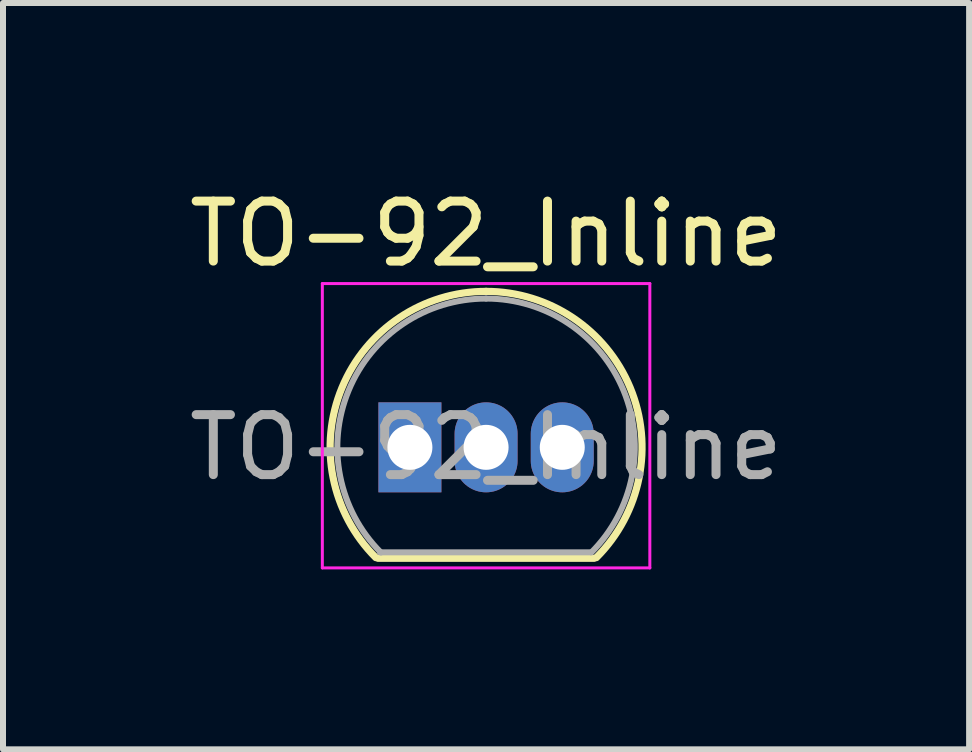
<source format=kicad_pcb>
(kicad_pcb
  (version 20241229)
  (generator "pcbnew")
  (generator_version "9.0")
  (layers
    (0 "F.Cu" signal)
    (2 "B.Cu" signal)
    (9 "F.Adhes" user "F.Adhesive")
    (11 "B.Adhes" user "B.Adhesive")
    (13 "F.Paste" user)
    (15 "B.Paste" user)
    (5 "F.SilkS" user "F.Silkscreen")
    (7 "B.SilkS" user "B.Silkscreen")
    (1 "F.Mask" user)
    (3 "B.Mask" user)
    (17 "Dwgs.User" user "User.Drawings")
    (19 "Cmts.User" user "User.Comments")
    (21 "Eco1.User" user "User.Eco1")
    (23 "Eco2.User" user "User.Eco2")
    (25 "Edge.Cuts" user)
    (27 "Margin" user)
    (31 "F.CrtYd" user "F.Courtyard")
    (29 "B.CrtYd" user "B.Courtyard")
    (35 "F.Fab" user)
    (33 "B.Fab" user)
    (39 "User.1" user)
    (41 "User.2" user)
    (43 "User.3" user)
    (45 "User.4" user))
  (footprint "TO-92_Inline"
    (layer "F.Cu")
    (at 3.784 4.408)
    (property "Reference" "TO-92_Inline" (at 1.27 -3.56 0) (layer "F.SilkS") (effects (font (size 1 1) (thickness 0.15))))
    (attr through_hole)
    (fp_line (start -0.53 1.85) (end 3.07 1.85) (stroke (width 0.12) (type solid)) (layer "F.SilkS"))
    (fp_arc (start -0.568478 1.838478) (mid -1.132087 -0.994977) (end 1.27 -2.6) (stroke (width 0.12) (type solid)) (layer "F.SilkS"))
    (fp_arc (start 1.27 -2.6) (mid 3.672087 -0.994977) (end 3.108478 1.838478) (stroke (width 0.12) (type solid)) (layer "F.SilkS"))
    (fp_line (start -1.46 -2.73) (end -1.46 2.01) (stroke (width 0.05) (type solid)) (layer "F.CrtYd"))
    (fp_line (start -1.46 -2.73) (end 4 -2.73) (stroke (width 0.05) (type solid)) (layer "F.CrtYd"))
    (fp_line (start 4 2.01) (end -1.46 2.01) (stroke (width 0.05) (type solid)) (layer "F.CrtYd"))
    (fp_line (start 4 2.01) (end 4 -2.73) (stroke (width 0.05) (type solid)) (layer "F.CrtYd"))
    (fp_line (start -0.5 1.75) (end 3 1.75) (stroke (width 0.1) (type solid)) (layer "F.Fab"))
    (fp_arc (start -0.483625 1.753625) (mid -1.021221 -0.949055) (end 1.27 -2.48) (stroke (width 0.1) (type solid)) (layer "F.Fab"))
    (fp_arc (start 1.27 -2.48) (mid 3.561221 -0.949055) (end 3.023625 1.753625) (stroke (width 0.1) (type solid)) (layer "F.Fab"))
    (fp_text user "${REFERENCE}" (at 1.27 0 0) (layer "F.Fab") (effects (font (size 1 1) (thickness 0.15))))
    (pad "1" thru_hole rect (at 0 0) (size 1.05 1.5) (drill 0.75) (layers "*.Cu" "*.Mask"))
    (pad "2" thru_hole oval (at 1.27 0) (size 1.05 1.5) (drill 0.75) (layers "*.Cu" "*.Mask"))
    (pad "3" thru_hole oval (at 2.54 0) (size 1.05 1.5) (drill 0.75) (layers "*.Cu" "*.Mask")))
  (gr_rect
    (start -3 -3)
    (end 13.107 9.443)
    (stroke (width 0.1) (type default))
    (fill no)
    (layer "Edge.Cuts")))
</source>
